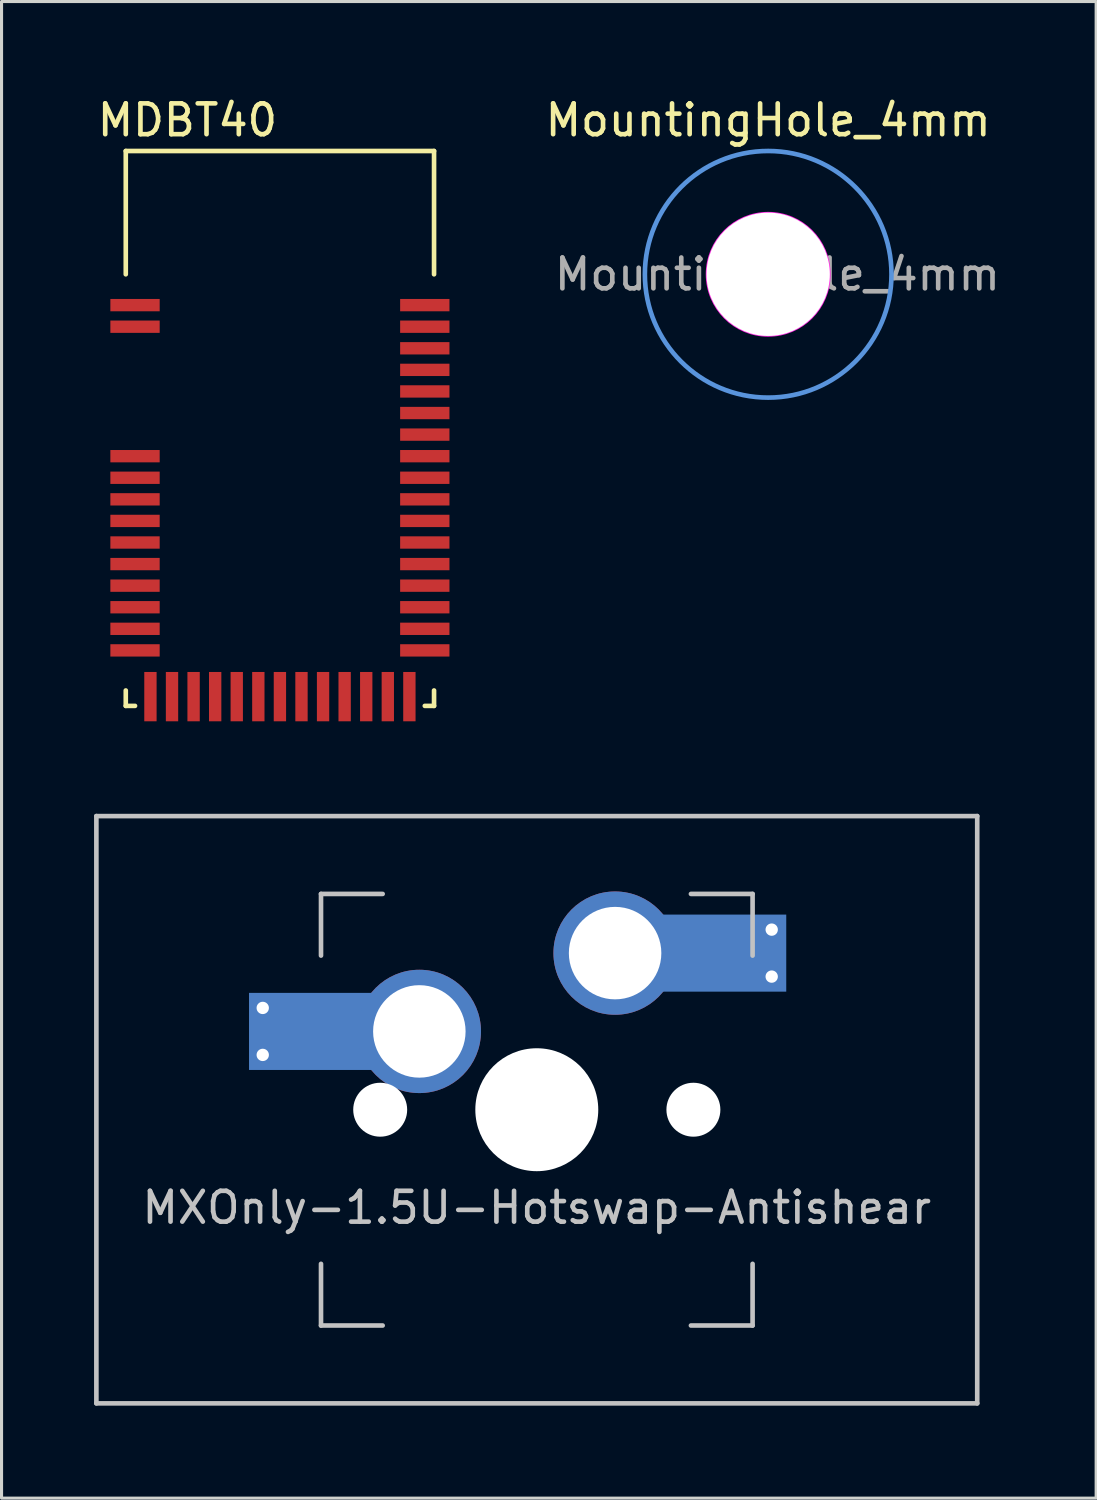
<source format=kicad_pcb>
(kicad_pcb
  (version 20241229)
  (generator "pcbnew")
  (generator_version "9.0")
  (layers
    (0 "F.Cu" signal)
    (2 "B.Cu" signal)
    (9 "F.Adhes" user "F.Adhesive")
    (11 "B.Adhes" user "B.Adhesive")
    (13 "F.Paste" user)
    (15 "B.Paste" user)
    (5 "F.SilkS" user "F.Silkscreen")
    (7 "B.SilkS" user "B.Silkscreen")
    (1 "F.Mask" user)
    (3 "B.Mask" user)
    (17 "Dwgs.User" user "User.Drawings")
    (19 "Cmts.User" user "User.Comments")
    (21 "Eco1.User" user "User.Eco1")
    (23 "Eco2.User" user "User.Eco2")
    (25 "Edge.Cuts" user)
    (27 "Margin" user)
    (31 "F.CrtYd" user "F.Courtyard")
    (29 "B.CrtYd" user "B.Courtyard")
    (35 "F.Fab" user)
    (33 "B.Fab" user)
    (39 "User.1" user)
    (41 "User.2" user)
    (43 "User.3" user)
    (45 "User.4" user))
  (footprint "MDBT40"
    (layer "F.Cu")
    (at 6.03 10.848)
    (property "Reference" "MDBT40" (at -3 -10 0) (layer "F.SilkS") (effects (font (size 1 1) (thickness 0.15))))
    (attr through_hole)
    (fp_line (start -5 -9) (end -5 -5) (stroke (width 0.15) (type solid)) (layer "F.SilkS"))
    (fp_line (start -5 8.5) (end -5 9) (stroke (width 0.15) (type solid)) (layer "F.SilkS"))
    (fp_line (start -5 9) (end -4.7 9) (stroke (width 0.15) (type solid)) (layer "F.SilkS"))
    (fp_line (start 4.7 9) (end 5 9) (stroke (width 0.15) (type solid)) (layer "F.SilkS"))
    (fp_line (start 5 -9) (end -5 -9) (stroke (width 0.15) (type solid)) (layer "F.SilkS"))
    (fp_line (start 5 -5) (end 5 -9) (stroke (width 0.15) (type solid)) (layer "F.SilkS"))
    (fp_line (start 5 9) (end 5 8.5) (stroke (width 0.15) (type solid)) (layer "F.SilkS"))
    (pad "1" smd rect (at -5 -4) (size 1.6 0.4) (drill (offset 0.3 0)) (layers "F.Cu" "F.Mask" "F.Paste"))
    (pad "2" smd rect (at -5 -3.3) (size 1.6 0.4) (drill (offset 0.3 0)) (layers "F.Cu" "F.Mask" "F.Paste"))
    (pad "3" smd rect (at -5 0.9) (size 1.6 0.4) (drill (offset 0.3 0)) (layers "F.Cu" "F.Mask" "F.Paste"))
    (pad "4" smd rect (at -5 1.6) (size 1.6 0.4) (drill (offset 0.3 0)) (layers "F.Cu" "F.Mask" "F.Paste"))
    (pad "5" smd rect (at -5 2.3) (size 1.6 0.4) (drill (offset 0.3 0)) (layers "F.Cu" "F.Mask" "F.Paste"))
    (pad "6" smd rect (at -5 3) (size 1.6 0.4) (drill (offset 0.3 0)) (layers "F.Cu" "F.Mask" "F.Paste"))
    (pad "7" smd rect (at -5 3.7) (size 1.6 0.4) (drill (offset 0.3 0)) (layers "F.Cu" "F.Mask" "F.Paste"))
    (pad "8" smd rect (at -5 4.4) (size 1.6 0.4) (drill (offset 0.3 0)) (layers "F.Cu" "F.Mask" "F.Paste"))
    (pad "9" smd rect (at -5 5.1) (size 1.6 0.4) (drill (offset 0.3 0)) (layers "F.Cu" "F.Mask" "F.Paste"))
    (pad "10" smd rect (at -5 5.8) (size 1.6 0.4) (drill (offset 0.3 0)) (layers "F.Cu" "F.Mask" "F.Paste"))
    (pad "11" smd rect (at -5 6.5) (size 1.6 0.4) (drill (offset 0.3 0)) (layers "F.Cu" "F.Mask" "F.Paste"))
    (pad "12" smd rect (at -5 7.2) (size 1.6 0.4) (drill (offset 0.3 0)) (layers "F.Cu" "F.Mask" "F.Paste"))
    (pad "13" smd rect (at -4.2 9 90) (size 1.6 0.4) (drill (offset 0.3 0)) (layers "F.Cu" "F.Mask" "F.Paste"))
    (pad "14" smd rect (at -3.5 9 90) (size 1.6 0.4) (drill (offset 0.3 0)) (layers "F.Cu" "F.Mask" "F.Paste"))
    (pad "15" smd rect (at -2.8 9 90) (size 1.6 0.4) (drill (offset 0.3 0)) (layers "F.Cu" "F.Mask" "F.Paste"))
    (pad "16" smd rect (at -2.1 9 90) (size 1.6 0.4) (drill (offset 0.3 0)) (layers "F.Cu" "F.Mask" "F.Paste"))
    (pad "17" smd rect (at -1.4 9 90) (size 1.6 0.4) (drill (offset 0.3 0)) (layers "F.Cu" "F.Mask" "F.Paste"))
    (pad "18" smd rect (at -0.7 9 90) (size 1.6 0.4) (drill (offset 0.3 0)) (layers "F.Cu" "F.Mask" "F.Paste"))
    (pad "19" smd rect (at 0 9 90) (size 1.6 0.4) (drill (offset 0.3 0)) (layers "F.Cu" "F.Mask" "F.Paste"))
    (pad "20" smd rect (at 0.7 9 90) (size 1.6 0.4) (drill (offset 0.3 0)) (layers "F.Cu" "F.Mask" "F.Paste"))
    (pad "21" smd rect (at 1.4 9 90) (size 1.6 0.4) (drill (offset 0.3 0)) (layers "F.Cu" "F.Mask" "F.Paste"))
    (pad "22" smd rect (at 2.1 9 90) (size 1.6 0.4) (drill (offset 0.3 0)) (layers "F.Cu" "F.Mask" "F.Paste"))
    (pad "23" smd rect (at 2.8 9 90) (size 1.6 0.4) (drill (offset 0.3 0)) (layers "F.Cu" "F.Mask" "F.Paste"))
    (pad "24" smd rect (at 3.5 9 90) (size 1.6 0.4) (drill (offset 0.3 0)) (layers "F.Cu" "F.Mask" "F.Paste"))
    (pad "25" smd rect (at 4.2 9 90) (size 1.6 0.4) (drill (offset 0.3 0)) (layers "F.Cu" "F.Mask" "F.Paste"))
    (pad "26" smd rect (at 5 7.2 180) (size 1.6 0.4) (drill (offset 0.3 0)) (layers "F.Cu" "F.Mask" "F.Paste"))
    (pad "27" smd rect (at 5 6.5 180) (size 1.6 0.4) (drill (offset 0.3 0)) (layers "F.Cu" "F.Mask" "F.Paste"))
    (pad "28" smd rect (at 5 5.8 180) (size 1.6 0.4) (drill (offset 0.3 0)) (layers "F.Cu" "F.Mask" "F.Paste"))
    (pad "29" smd rect (at 5 5.1 180) (size 1.6 0.4) (drill (offset 0.3 0)) (layers "F.Cu" "F.Mask" "F.Paste"))
    (pad "30" smd rect (at 5 4.4 180) (size 1.6 0.4) (drill (offset 0.3 0)) (layers "F.Cu" "F.Mask" "F.Paste"))
    (pad "31" smd rect (at 5 3.7 180) (size 1.6 0.4) (drill (offset 0.3 0)) (layers "F.Cu" "F.Mask" "F.Paste"))
    (pad "32" smd rect (at 5 3 180) (size 1.6 0.4) (drill (offset 0.3 0)) (layers "F.Cu" "F.Mask" "F.Paste"))
    (pad "33" smd rect (at 5 2.3 180) (size 1.6 0.4) (drill (offset 0.3 0)) (layers "F.Cu" "F.Mask" "F.Paste"))
    (pad "34" smd rect (at 5 1.6 180) (size 1.6 0.4) (drill (offset 0.3 0)) (layers "F.Cu" "F.Mask" "F.Paste"))
    (pad "35" smd rect (at 5 0.9 180) (size 1.6 0.4) (drill (offset 0.3 0)) (layers "F.Cu" "F.Mask" "F.Paste"))
    (pad "36" smd rect (at 5 0.2 180) (size 1.6 0.4) (drill (offset 0.3 0)) (layers "F.Cu" "F.Mask" "F.Paste"))
    (pad "37" smd rect (at 5 -0.5 180) (size 1.6 0.4) (drill (offset 0.3 0)) (layers "F.Cu" "F.Mask" "F.Paste"))
    (pad "38" smd rect (at 5 -1.2 180) (size 1.6 0.4) (drill (offset 0.3 0)) (layers "F.Cu" "F.Mask" "F.Paste"))
    (pad "39" smd rect (at 5 -1.9 180) (size 1.6 0.4) (drill (offset 0.3 0)) (layers "F.Cu" "F.Mask" "F.Paste"))
    (pad "40" smd rect (at 5 -2.6 180) (size 1.6 0.4) (drill (offset 0.3 0)) (layers "F.Cu" "F.Mask" "F.Paste"))
    (pad "41" smd rect (at 5 -3.3 180) (size 1.6 0.4) (drill (offset 0.3 0)) (layers "F.Cu" "F.Mask" "F.Paste"))
    (pad "42" smd rect (at 5 -4 180) (size 1.6 0.4) (drill (offset 0.3 0)) (layers "F.Cu" "F.Mask" "F.Paste")))
  (footprint "MXOnly-1.5U-Hotswap-Antishear"
    (layer "F.Cu")
    (at 14.363 32.948)
    (property "Reference" "MXOnly-1.5U-Hotswap-Antishear" (at 0 3.175 180) (layer "Dwgs.User") (effects (font (size 1 1) (thickness 0.15))))
    (attr through_hole)
    (fp_line (start -14.287 -9.525) (end 14.287 -9.525) (stroke (width 0.15) (type solid)) (layer "Dwgs.User"))
    (fp_line (start -14.287 9.525) (end -14.287 -9.525) (stroke (width 0.15) (type solid)) (layer "Dwgs.User"))
    (fp_line (start -7 -7) (end -7 -5) (stroke (width 0.15) (type solid)) (layer "Dwgs.User"))
    (fp_line (start -7 5) (end -7 7) (stroke (width 0.15) (type solid)) (layer "Dwgs.User"))
    (fp_line (start -7 7) (end -5 7) (stroke (width 0.15) (type solid)) (layer "Dwgs.User"))
    (fp_line (start -5 -7) (end -7 -7) (stroke (width 0.15) (type solid)) (layer "Dwgs.User"))
    (fp_line (start 5 -7) (end 7 -7) (stroke (width 0.15) (type solid)) (layer "Dwgs.User"))
    (fp_line (start 5 7) (end 7 7) (stroke (width 0.15) (type solid)) (layer "Dwgs.User"))
    (fp_line (start 7 -7) (end 7 -5) (stroke (width 0.15) (type solid)) (layer "Dwgs.User"))
    (fp_line (start 7 7) (end 7 5) (stroke (width 0.15) (type solid)) (layer "Dwgs.User"))
    (fp_line (start 14.287 -9.525) (end 14.287 9.525) (stroke (width 0.15) (type solid)) (layer "Dwgs.User"))
    (fp_line (start 14.287 9.525) (end -14.287 9.525) (stroke (width 0.15) (type solid)) (layer "Dwgs.User"))
    (pad "" smd rect (at -7.085 -2.54) (size 2.55 2.5) (layers "B.Mask" "B.Paste"))
    (pad "" np_thru_hole circle (at -5.08 0 48.1) (size 1.75 1.75) (drill 1.75) (layers "*.Cu" "*.Mask"))
    (pad "" np_thru_hole circle (at 0 0) (size 3.988 3.988) (drill 3.988) (layers "*.Cu" "*.Mask"))
    (pad "" np_thru_hole circle (at 5.08 0 48.1) (size 1.75 1.75) (drill 1.75) (layers "*.Cu" "*.Mask"))
    (pad "" smd rect (at 5.815 -5.08) (size 2.55 2.5) (layers "B.Mask" "B.Paste"))
    (pad "1" thru_hole circle (at -8.89 -3.302) (size 0.8 0.8) (drill 0.4) (layers "*.Cu"))
    (pad "1" thru_hole circle (at -8.89 -1.778) (size 0.8 0.8) (drill 0.4) (layers "*.Cu"))
    (pad "1" smd rect (at -7.085 -2.54) (size 4.5 2.5) (layers "B.Cu"))
    (pad "1" thru_hole circle (at -3.81 -2.54) (size 4 4) (drill 3) (layers "*.Cu"))
    (pad "2" thru_hole circle (at 2.54 -5.08) (size 4 4) (drill 3) (layers "*.Cu"))
    (pad "2" smd rect (at 5.842 -5.08) (size 4.5 2.5) (layers "B.Cu"))
    (pad "2" thru_hole circle (at 7.62 -5.842) (size 0.8 0.8) (drill 0.4) (layers "*.Cu"))
    (pad "2" thru_hole circle (at 7.62 -4.318) (size 0.8 0.8) (drill 0.4) (layers "*.Cu")))
  (footprint "MountingHole_4mm"
    (layer "F.Cu")
    (at 21.869 5.848)
    (property "Reference" "MountingHole_4mm" (at 0 -5 0) (layer "F.SilkS") (effects (font (size 1 1) (thickness 0.15))))
    (attr exclude_from_pos_files exclude_from_bom)
    (fp_circle (center 0 0) (end 4 0) (stroke (width 0.15) (type solid)) (fill no) (layer "Cmts.User"))
    (fp_circle (center 0 0) (end 2 0) (stroke (width 0.05) (type solid)) (fill no) (layer "F.CrtYd"))
    (fp_text user "${REFERENCE}" (at 0.3 0 0) (layer "F.Fab") (effects (font (size 1 1) (thickness 0.15))))
    (pad "" np_thru_hole circle (at 0 0) (size 4 4) (drill 4) (layers "*.Cu" "*.Mask")))
  (gr_rect
    (start -3 -3)
    (end 32.508 45.548)
    (stroke (width 0.1) (type default))
    (fill no)
    (layer "Edge.Cuts")))
</source>
